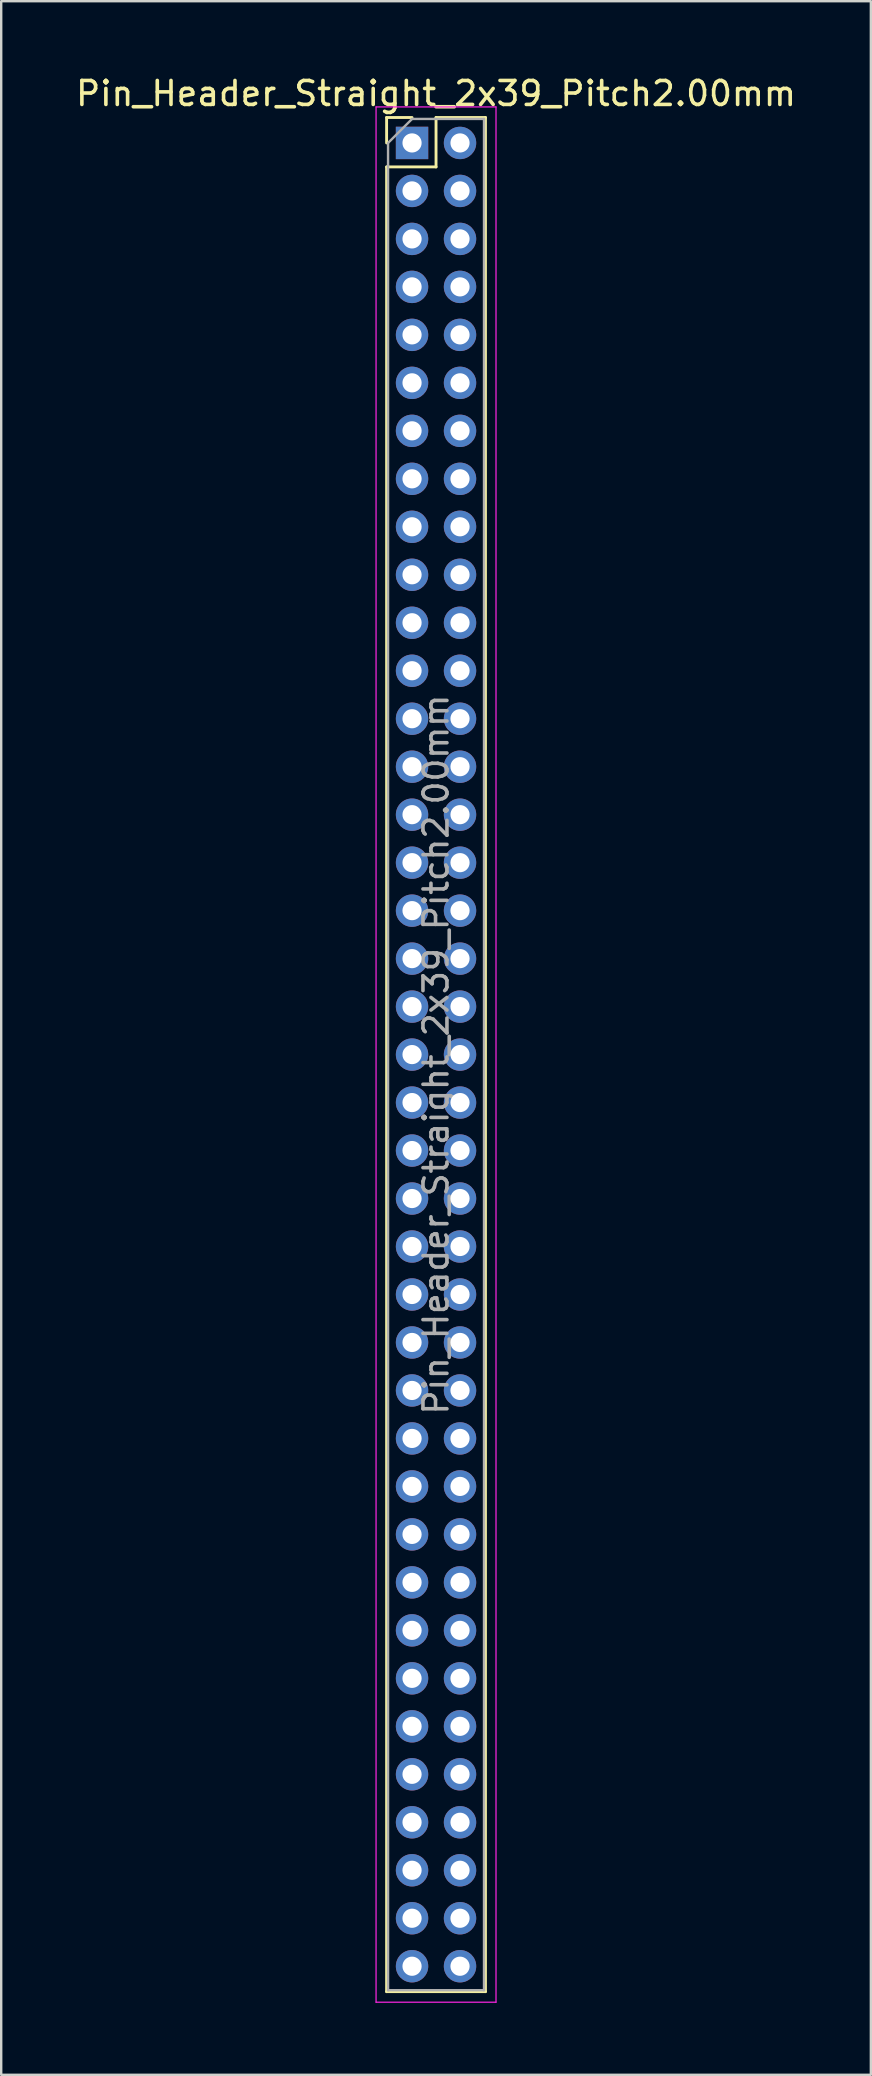
<source format=kicad_pcb>
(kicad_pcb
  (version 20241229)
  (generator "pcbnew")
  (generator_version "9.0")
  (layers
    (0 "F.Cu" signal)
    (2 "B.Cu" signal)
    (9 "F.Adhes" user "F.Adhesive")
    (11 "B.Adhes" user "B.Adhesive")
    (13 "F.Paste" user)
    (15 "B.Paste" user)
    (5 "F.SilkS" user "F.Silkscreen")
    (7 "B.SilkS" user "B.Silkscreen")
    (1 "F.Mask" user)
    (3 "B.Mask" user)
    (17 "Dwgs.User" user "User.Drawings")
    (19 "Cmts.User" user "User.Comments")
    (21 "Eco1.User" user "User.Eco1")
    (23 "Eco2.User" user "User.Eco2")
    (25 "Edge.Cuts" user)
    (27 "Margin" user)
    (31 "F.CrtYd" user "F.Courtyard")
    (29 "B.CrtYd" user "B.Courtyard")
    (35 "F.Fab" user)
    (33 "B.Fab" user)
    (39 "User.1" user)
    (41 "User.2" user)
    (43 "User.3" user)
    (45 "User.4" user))
  (footprint "Pin_Header_Straight_2x39_Pitch2.00mm"
    (layer "F.Cu")
    (at 14.125 2.908)
    (property "Reference" "Pin_Header_Straight_2x39_Pitch2.00mm" (at 1 -2.06 0) (layer "F.SilkS") (effects (font (size 1 1) (thickness 0.15))))
    (attr through_hole)
    (fp_line (start -1.06 -1.06) (end 0 -1.06) (stroke (width 0.12) (type solid)) (layer "F.SilkS"))
    (fp_line (start -1.06 0) (end -1.06 -1.06) (stroke (width 0.12) (type solid)) (layer "F.SilkS"))
    (fp_line (start -1.06 1) (end -1.06 77.06) (stroke (width 0.12) (type solid)) (layer "F.SilkS"))
    (fp_line (start -1.06 77.06) (end 3.06 77.06) (stroke (width 0.12) (type solid)) (layer "F.SilkS"))
    (fp_line (start 1 -1.06) (end 1 1) (stroke (width 0.12) (type solid)) (layer "F.SilkS"))
    (fp_line (start 1 1) (end -1.06 1) (stroke (width 0.12) (type solid)) (layer "F.SilkS"))
    (fp_line (start 3.06 -1.06) (end 1 -1.06) (stroke (width 0.12) (type solid)) (layer "F.SilkS"))
    (fp_line (start 3.06 77.06) (end 3.06 -1.06) (stroke (width 0.12) (type solid)) (layer "F.SilkS"))
    (fp_line (start -1.5 -1.5) (end -1.5 77.5) (stroke (width 0.05) (type solid)) (layer "F.CrtYd"))
    (fp_line (start -1.5 77.5) (end 3.5 77.5) (stroke (width 0.05) (type solid)) (layer "F.CrtYd"))
    (fp_line (start 3.5 -1.5) (end -1.5 -1.5) (stroke (width 0.05) (type solid)) (layer "F.CrtYd"))
    (fp_line (start 3.5 77.5) (end 3.5 -1.5) (stroke (width 0.05) (type solid)) (layer "F.CrtYd"))
    (fp_line (start -1 0) (end 0 -1) (stroke (width 0.1) (type solid)) (layer "F.Fab"))
    (fp_line (start -1 77) (end -1 0) (stroke (width 0.1) (type solid)) (layer "F.Fab"))
    (fp_line (start 0 -1) (end 3 -1) (stroke (width 0.1) (type solid)) (layer "F.Fab"))
    (fp_line (start 3 -1) (end 3 77) (stroke (width 0.1) (type solid)) (layer "F.Fab"))
    (fp_line (start 3 77) (end -1 77) (stroke (width 0.1) (type solid)) (layer "F.Fab"))
    (fp_text user "${REFERENCE}" (at 1 38 90) (layer "F.Fab") (effects (font (size 1 1) (thickness 0.15))))
    (pad "1" thru_hole rect (at 0 0) (size 1.35 1.35) (drill 0.8) (layers "*.Cu" "*.Mask"))
    (pad "2" thru_hole oval (at 2 0) (size 1.35 1.35) (drill 0.8) (layers "*.Cu" "*.Mask"))
    (pad "3" thru_hole oval (at 0 2) (size 1.35 1.35) (drill 0.8) (layers "*.Cu" "*.Mask"))
    (pad "4" thru_hole oval (at 2 2) (size 1.35 1.35) (drill 0.8) (layers "*.Cu" "*.Mask"))
    (pad "5" thru_hole oval (at 0 4) (size 1.35 1.35) (drill 0.8) (layers "*.Cu" "*.Mask"))
    (pad "6" thru_hole oval (at 2 4) (size 1.35 1.35) (drill 0.8) (layers "*.Cu" "*.Mask"))
    (pad "7" thru_hole oval (at 0 6) (size 1.35 1.35) (drill 0.8) (layers "*.Cu" "*.Mask"))
    (pad "8" thru_hole oval (at 2 6) (size 1.35 1.35) (drill 0.8) (layers "*.Cu" "*.Mask"))
    (pad "9" thru_hole oval (at 0 8) (size 1.35 1.35) (drill 0.8) (layers "*.Cu" "*.Mask"))
    (pad "10" thru_hole oval (at 2 8) (size 1.35 1.35) (drill 0.8) (layers "*.Cu" "*.Mask"))
    (pad "11" thru_hole oval (at 0 10) (size 1.35 1.35) (drill 0.8) (layers "*.Cu" "*.Mask"))
    (pad "12" thru_hole oval (at 2 10) (size 1.35 1.35) (drill 0.8) (layers "*.Cu" "*.Mask"))
    (pad "13" thru_hole oval (at 0 12) (size 1.35 1.35) (drill 0.8) (layers "*.Cu" "*.Mask"))
    (pad "14" thru_hole oval (at 2 12) (size 1.35 1.35) (drill 0.8) (layers "*.Cu" "*.Mask"))
    (pad "15" thru_hole oval (at 0 14) (size 1.35 1.35) (drill 0.8) (layers "*.Cu" "*.Mask"))
    (pad "16" thru_hole oval (at 2 14) (size 1.35 1.35) (drill 0.8) (layers "*.Cu" "*.Mask"))
    (pad "17" thru_hole oval (at 0 16) (size 1.35 1.35) (drill 0.8) (layers "*.Cu" "*.Mask"))
    (pad "18" thru_hole oval (at 2 16) (size 1.35 1.35) (drill 0.8) (layers "*.Cu" "*.Mask"))
    (pad "19" thru_hole oval (at 0 18) (size 1.35 1.35) (drill 0.8) (layers "*.Cu" "*.Mask"))
    (pad "20" thru_hole oval (at 2 18) (size 1.35 1.35) (drill 0.8) (layers "*.Cu" "*.Mask"))
    (pad "21" thru_hole oval (at 0 20) (size 1.35 1.35) (drill 0.8) (layers "*.Cu" "*.Mask"))
    (pad "22" thru_hole oval (at 2 20) (size 1.35 1.35) (drill 0.8) (layers "*.Cu" "*.Mask"))
    (pad "23" thru_hole oval (at 0 22) (size 1.35 1.35) (drill 0.8) (layers "*.Cu" "*.Mask"))
    (pad "24" thru_hole oval (at 2 22) (size 1.35 1.35) (drill 0.8) (layers "*.Cu" "*.Mask"))
    (pad "25" thru_hole oval (at 0 24) (size 1.35 1.35) (drill 0.8) (layers "*.Cu" "*.Mask"))
    (pad "26" thru_hole oval (at 2 24) (size 1.35 1.35) (drill 0.8) (layers "*.Cu" "*.Mask"))
    (pad "27" thru_hole oval (at 0 26) (size 1.35 1.35) (drill 0.8) (layers "*.Cu" "*.Mask"))
    (pad "28" thru_hole oval (at 2 26) (size 1.35 1.35) (drill 0.8) (layers "*.Cu" "*.Mask"))
    (pad "29" thru_hole oval (at 0 28) (size 1.35 1.35) (drill 0.8) (layers "*.Cu" "*.Mask"))
    (pad "30" thru_hole oval (at 2 28) (size 1.35 1.35) (drill 0.8) (layers "*.Cu" "*.Mask"))
    (pad "31" thru_hole oval (at 0 30) (size 1.35 1.35) (drill 0.8) (layers "*.Cu" "*.Mask"))
    (pad "32" thru_hole oval (at 2 30) (size 1.35 1.35) (drill 0.8) (layers "*.Cu" "*.Mask"))
    (pad "33" thru_hole oval (at 0 32) (size 1.35 1.35) (drill 0.8) (layers "*.Cu" "*.Mask"))
    (pad "34" thru_hole oval (at 2 32) (size 1.35 1.35) (drill 0.8) (layers "*.Cu" "*.Mask"))
    (pad "35" thru_hole oval (at 0 34) (size 1.35 1.35) (drill 0.8) (layers "*.Cu" "*.Mask"))
    (pad "36" thru_hole oval (at 2 34) (size 1.35 1.35) (drill 0.8) (layers "*.Cu" "*.Mask"))
    (pad "37" thru_hole oval (at 0 36) (size 1.35 1.35) (drill 0.8) (layers "*.Cu" "*.Mask"))
    (pad "38" thru_hole oval (at 2 36) (size 1.35 1.35) (drill 0.8) (layers "*.Cu" "*.Mask"))
    (pad "39" thru_hole oval (at 0 38) (size 1.35 1.35) (drill 0.8) (layers "*.Cu" "*.Mask"))
    (pad "40" thru_hole oval (at 2 38) (size 1.35 1.35) (drill 0.8) (layers "*.Cu" "*.Mask"))
    (pad "41" thru_hole oval (at 0 40) (size 1.35 1.35) (drill 0.8) (layers "*.Cu" "*.Mask"))
    (pad "42" thru_hole oval (at 2 40) (size 1.35 1.35) (drill 0.8) (layers "*.Cu" "*.Mask"))
    (pad "43" thru_hole oval (at 0 42) (size 1.35 1.35) (drill 0.8) (layers "*.Cu" "*.Mask"))
    (pad "44" thru_hole oval (at 2 42) (size 1.35 1.35) (drill 0.8) (layers "*.Cu" "*.Mask"))
    (pad "45" thru_hole oval (at 0 44) (size 1.35 1.35) (drill 0.8) (layers "*.Cu" "*.Mask"))
    (pad "46" thru_hole oval (at 2 44) (size 1.35 1.35) (drill 0.8) (layers "*.Cu" "*.Mask"))
    (pad "47" thru_hole oval (at 0 46) (size 1.35 1.35) (drill 0.8) (layers "*.Cu" "*.Mask"))
    (pad "48" thru_hole oval (at 2 46) (size 1.35 1.35) (drill 0.8) (layers "*.Cu" "*.Mask"))
    (pad "49" thru_hole oval (at 0 48) (size 1.35 1.35) (drill 0.8) (layers "*.Cu" "*.Mask"))
    (pad "50" thru_hole oval (at 2 48) (size 1.35 1.35) (drill 0.8) (layers "*.Cu" "*.Mask"))
    (pad "51" thru_hole oval (at 0 50) (size 1.35 1.35) (drill 0.8) (layers "*.Cu" "*.Mask"))
    (pad "52" thru_hole oval (at 2 50) (size 1.35 1.35) (drill 0.8) (layers "*.Cu" "*.Mask"))
    (pad "53" thru_hole oval (at 0 52) (size 1.35 1.35) (drill 0.8) (layers "*.Cu" "*.Mask"))
    (pad "54" thru_hole oval (at 2 52) (size 1.35 1.35) (drill 0.8) (layers "*.Cu" "*.Mask"))
    (pad "55" thru_hole oval (at 0 54) (size 1.35 1.35) (drill 0.8) (layers "*.Cu" "*.Mask"))
    (pad "56" thru_hole oval (at 2 54) (size 1.35 1.35) (drill 0.8) (layers "*.Cu" "*.Mask"))
    (pad "57" thru_hole oval (at 0 56) (size 1.35 1.35) (drill 0.8) (layers "*.Cu" "*.Mask"))
    (pad "58" thru_hole oval (at 2 56) (size 1.35 1.35) (drill 0.8) (layers "*.Cu" "*.Mask"))
    (pad "59" thru_hole oval (at 0 58) (size 1.35 1.35) (drill 0.8) (layers "*.Cu" "*.Mask"))
    (pad "60" thru_hole oval (at 2 58) (size 1.35 1.35) (drill 0.8) (layers "*.Cu" "*.Mask"))
    (pad "61" thru_hole oval (at 0 60) (size 1.35 1.35) (drill 0.8) (layers "*.Cu" "*.Mask"))
    (pad "62" thru_hole oval (at 2 60) (size 1.35 1.35) (drill 0.8) (layers "*.Cu" "*.Mask"))
    (pad "63" thru_hole oval (at 0 62) (size 1.35 1.35) (drill 0.8) (layers "*.Cu" "*.Mask"))
    (pad "64" thru_hole oval (at 2 62) (size 1.35 1.35) (drill 0.8) (layers "*.Cu" "*.Mask"))
    (pad "65" thru_hole oval (at 0 64) (size 1.35 1.35) (drill 0.8) (layers "*.Cu" "*.Mask"))
    (pad "66" thru_hole oval (at 2 64) (size 1.35 1.35) (drill 0.8) (layers "*.Cu" "*.Mask"))
    (pad "67" thru_hole oval (at 0 66) (size 1.35 1.35) (drill 0.8) (layers "*.Cu" "*.Mask"))
    (pad "68" thru_hole oval (at 2 66) (size 1.35 1.35) (drill 0.8) (layers "*.Cu" "*.Mask"))
    (pad "69" thru_hole oval (at 0 68) (size 1.35 1.35) (drill 0.8) (layers "*.Cu" "*.Mask"))
    (pad "70" thru_hole oval (at 2 68) (size 1.35 1.35) (drill 0.8) (layers "*.Cu" "*.Mask"))
    (pad "71" thru_hole oval (at 0 70) (size 1.35 1.35) (drill 0.8) (layers "*.Cu" "*.Mask"))
    (pad "72" thru_hole oval (at 2 70) (size 1.35 1.35) (drill 0.8) (layers "*.Cu" "*.Mask"))
    (pad "73" thru_hole oval (at 0 72) (size 1.35 1.35) (drill 0.8) (layers "*.Cu" "*.Mask"))
    (pad "74" thru_hole oval (at 2 72) (size 1.35 1.35) (drill 0.8) (layers "*.Cu" "*.Mask"))
    (pad "75" thru_hole oval (at 0 74) (size 1.35 1.35) (drill 0.8) (layers "*.Cu" "*.Mask"))
    (pad "76" thru_hole oval (at 2 74) (size 1.35 1.35) (drill 0.8) (layers "*.Cu" "*.Mask"))
    (pad "77" thru_hole oval (at 0 76) (size 1.35 1.35) (drill 0.8) (layers "*.Cu" "*.Mask"))
    (pad "78" thru_hole oval (at 2 76) (size 1.35 1.35) (drill 0.8) (layers "*.Cu" "*.Mask")))
  (gr_rect
    (start -3 -3)
    (end 33.25 83.433)
    (stroke (width 0.1) (type default))
    (fill no)
    (layer "Edge.Cuts")))
</source>
